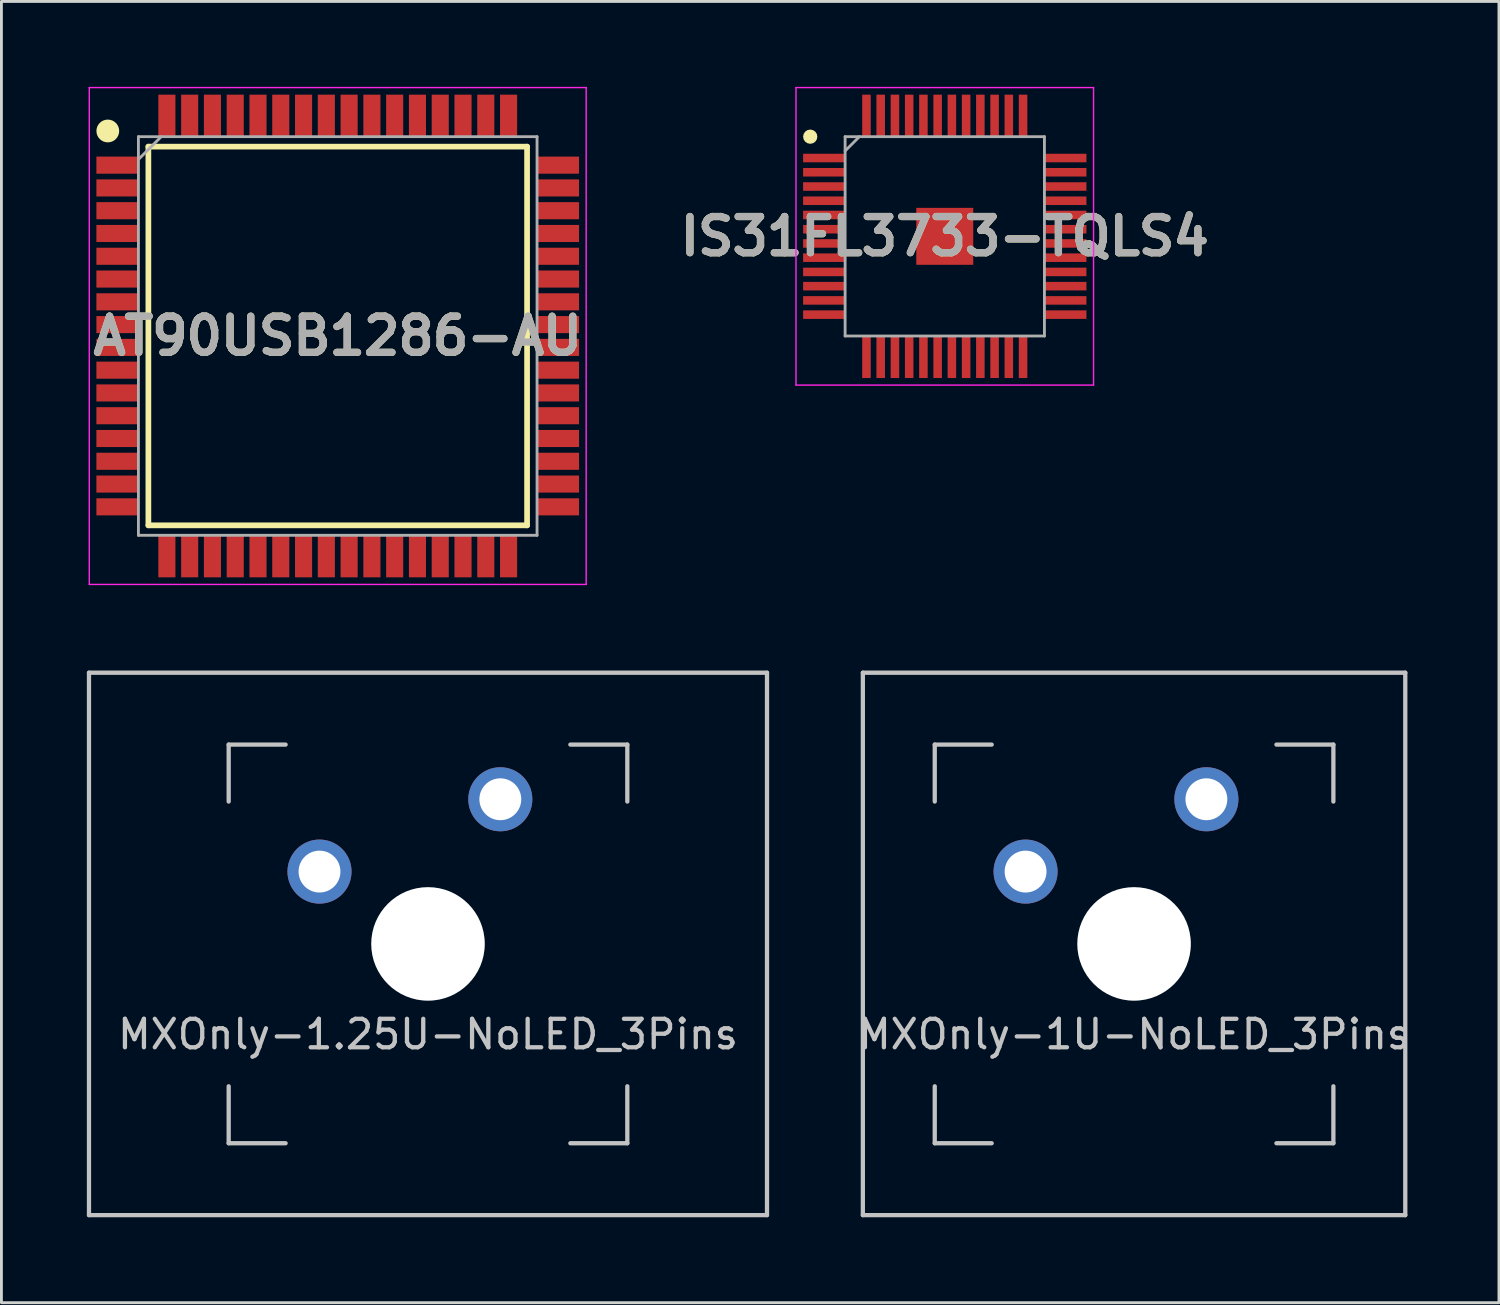
<source format=kicad_pcb>
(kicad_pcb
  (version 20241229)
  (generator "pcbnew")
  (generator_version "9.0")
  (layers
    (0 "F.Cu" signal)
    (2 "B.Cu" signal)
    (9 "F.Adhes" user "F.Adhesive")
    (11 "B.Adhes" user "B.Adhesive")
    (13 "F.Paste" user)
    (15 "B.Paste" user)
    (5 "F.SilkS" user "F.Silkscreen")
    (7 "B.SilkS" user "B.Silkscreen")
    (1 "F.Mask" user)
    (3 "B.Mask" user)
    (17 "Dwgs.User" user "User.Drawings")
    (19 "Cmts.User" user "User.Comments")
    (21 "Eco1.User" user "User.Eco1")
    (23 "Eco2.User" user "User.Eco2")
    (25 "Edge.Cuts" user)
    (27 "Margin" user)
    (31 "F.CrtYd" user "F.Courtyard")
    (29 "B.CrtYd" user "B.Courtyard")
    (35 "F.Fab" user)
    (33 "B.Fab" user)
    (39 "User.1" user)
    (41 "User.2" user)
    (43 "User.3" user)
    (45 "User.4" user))
  (footprint "MXOnly-1U-NoLED_3Pins"
    (layer "F.Cu")
    (at 36.778 30.1)
    (property "Reference" "MXOnly-1U-NoLED_3Pins" (at 0 3.175 0) (layer "Dwgs.User") (effects (font (size 1 1) (thickness 0.15))))
    (attr through_hole)
    (fp_line (start -9.525 -9.525) (end 9.525 -9.525) (stroke (width 0.15) (type solid)) (layer "Dwgs.User"))
    (fp_line (start -9.525 9.525) (end -9.525 -9.525) (stroke (width 0.15) (type solid)) (layer "Dwgs.User"))
    (fp_line (start -7 -7) (end -7 -5) (stroke (width 0.15) (type solid)) (layer "Dwgs.User"))
    (fp_line (start -7 5) (end -7 7) (stroke (width 0.15) (type solid)) (layer "Dwgs.User"))
    (fp_line (start -7 7) (end -5 7) (stroke (width 0.15) (type solid)) (layer "Dwgs.User"))
    (fp_line (start -5 -7) (end -7 -7) (stroke (width 0.15) (type solid)) (layer "Dwgs.User"))
    (fp_line (start 5 -7) (end 7 -7) (stroke (width 0.15) (type solid)) (layer "Dwgs.User"))
    (fp_line (start 5 7) (end 7 7) (stroke (width 0.15) (type solid)) (layer "Dwgs.User"))
    (fp_line (start 7 -7) (end 7 -5) (stroke (width 0.15) (type solid)) (layer "Dwgs.User"))
    (fp_line (start 7 7) (end 7 5) (stroke (width 0.15) (type solid)) (layer "Dwgs.User"))
    (fp_line (start 9.525 -9.525) (end 9.525 9.525) (stroke (width 0.15) (type solid)) (layer "Dwgs.User"))
    (fp_line (start 9.525 9.525) (end -9.525 9.525) (stroke (width 0.15) (type solid)) (layer "Dwgs.User"))
    (pad "" np_thru_hole circle (at 0 0) (size 3.988 3.988) (drill 3.988) (layers "*.Cu" "*.Mask"))
    (pad "1" thru_hole circle (at -3.81 -2.54) (size 2.25 2.25) (drill 1.47) (layers "*.Cu" "B.Mask"))
    (pad "2" thru_hole circle (at 2.54 -5.08) (size 2.25 2.25) (drill 1.47) (layers "*.Cu" "B.Mask")))
  (footprint "IS31FL3733-TQLS4"
    (layer "F.Cu")
    (at 30.13 5.25)
    (property "Reference" "IS31FL3733-TQLS4" (at 0 0 0) (layer "F.SilkS") (effects (font (size 1.27 1.27) (thickness 0.254))))
    (attr smd)
    (fp_circle (center -4.725 -3.5) (end -4.725 -3.375) (stroke (width 0.25) (type solid)) (fill no) (layer "F.SilkS"))
    (fp_line (start -5.225 -5.225) (end 5.225 -5.225) (stroke (width 0.05) (type solid)) (layer "F.CrtYd"))
    (fp_line (start -5.225 5.225) (end -5.225 -5.225) (stroke (width 0.05) (type solid)) (layer "F.CrtYd"))
    (fp_line (start 5.225 -5.225) (end 5.225 5.225) (stroke (width 0.05) (type solid)) (layer "F.CrtYd"))
    (fp_line (start 5.225 5.225) (end -5.225 5.225) (stroke (width 0.05) (type solid)) (layer "F.CrtYd"))
    (fp_line (start -3.5 -3.5) (end 3.5 -3.5) (stroke (width 0.1) (type solid)) (layer "F.Fab"))
    (fp_line (start -3.5 -3) (end -3 -3.5) (stroke (width 0.1) (type solid)) (layer "F.Fab"))
    (fp_line (start -3.5 3.5) (end -3.5 -3.5) (stroke (width 0.1) (type solid)) (layer "F.Fab"))
    (fp_line (start 3.5 -3.5) (end 3.5 3.5) (stroke (width 0.1) (type solid)) (layer "F.Fab"))
    (fp_line (start 3.5 3.5) (end -3.5 3.5) (stroke (width 0.1) (type solid)) (layer "F.Fab"))
    (fp_text user "${REFERENCE}" (at 0 0 0) (layer "F.Fab") (effects (font (size 1.27 1.27) (thickness 0.254))))
    (pad "1" smd rect (at -4.238 -2.75 90) (size 0.3 1.475) (layers "F.Cu" "F.Mask" "F.Paste"))
    (pad "2" smd rect (at -4.238 -2.25 90) (size 0.3 1.475) (layers "F.Cu" "F.Mask" "F.Paste"))
    (pad "3" smd rect (at -4.238 -1.75 90) (size 0.3 1.475) (layers "F.Cu" "F.Mask" "F.Paste"))
    (pad "4" smd rect (at -4.238 -1.25 90) (size 0.3 1.475) (layers "F.Cu" "F.Mask" "F.Paste"))
    (pad "5" smd rect (at -4.238 -0.75 90) (size 0.3 1.475) (layers "F.Cu" "F.Mask" "F.Paste"))
    (pad "6" smd rect (at -4.238 -0.25 90) (size 0.3 1.475) (layers "F.Cu" "F.Mask" "F.Paste"))
    (pad "7" smd rect (at -4.238 0.25 90) (size 0.3 1.475) (layers "F.Cu" "F.Mask" "F.Paste"))
    (pad "8" smd rect (at -4.238 0.75 90) (size 0.3 1.475) (layers "F.Cu" "F.Mask" "F.Paste"))
    (pad "9" smd rect (at -4.238 1.25 90) (size 0.3 1.475) (layers "F.Cu" "F.Mask" "F.Paste"))
    (pad "10" smd rect (at -4.238 1.75 90) (size 0.3 1.475) (layers "F.Cu" "F.Mask" "F.Paste"))
    (pad "11" smd rect (at -4.238 2.25 90) (size 0.3 1.475) (layers "F.Cu" "F.Mask" "F.Paste"))
    (pad "12" smd rect (at -4.238 2.75 90) (size 0.3 1.475) (layers "F.Cu" "F.Mask" "F.Paste"))
    (pad "13" smd rect (at -2.75 4.238) (size 0.3 1.475) (layers "F.Cu" "F.Mask" "F.Paste"))
    (pad "14" smd rect (at -2.25 4.238) (size 0.3 1.475) (layers "F.Cu" "F.Mask" "F.Paste"))
    (pad "15" smd rect (at -1.75 4.238) (size 0.3 1.475) (layers "F.Cu" "F.Mask" "F.Paste"))
    (pad "16" smd rect (at -1.25 4.238) (size 0.3 1.475) (layers "F.Cu" "F.Mask" "F.Paste"))
    (pad "17" smd rect (at -0.75 4.238) (size 0.3 1.475) (layers "F.Cu" "F.Mask" "F.Paste"))
    (pad "18" smd rect (at -0.25 4.238) (size 0.3 1.475) (layers "F.Cu" "F.Mask" "F.Paste"))
    (pad "19" smd rect (at 0.25 4.238) (size 0.3 1.475) (layers "F.Cu" "F.Mask" "F.Paste"))
    (pad "20" smd rect (at 0.75 4.238) (size 0.3 1.475) (layers "F.Cu" "F.Mask" "F.Paste"))
    (pad "21" smd rect (at 1.25 4.238) (size 0.3 1.475) (layers "F.Cu" "F.Mask" "F.Paste"))
    (pad "22" smd rect (at 1.75 4.238) (size 0.3 1.475) (layers "F.Cu" "F.Mask" "F.Paste"))
    (pad "23" smd rect (at 2.25 4.238) (size 0.3 1.475) (layers "F.Cu" "F.Mask" "F.Paste"))
    (pad "24" smd rect (at 2.75 4.238) (size 0.3 1.475) (layers "F.Cu" "F.Mask" "F.Paste"))
    (pad "25" smd rect (at 4.238 2.75 90) (size 0.3 1.475) (layers "F.Cu" "F.Mask" "F.Paste"))
    (pad "26" smd rect (at 4.238 2.25 90) (size 0.3 1.475) (layers "F.Cu" "F.Mask" "F.Paste"))
    (pad "27" smd rect (at 4.238 1.75 90) (size 0.3 1.475) (layers "F.Cu" "F.Mask" "F.Paste"))
    (pad "28" smd rect (at 4.238 1.25 90) (size 0.3 1.475) (layers "F.Cu" "F.Mask" "F.Paste"))
    (pad "29" smd rect (at 4.238 0.75 90) (size 0.3 1.475) (layers "F.Cu" "F.Mask" "F.Paste"))
    (pad "30" smd rect (at 4.238 0.25 90) (size 0.3 1.475) (layers "F.Cu" "F.Mask" "F.Paste"))
    (pad "31" smd rect (at 4.238 -0.25 90) (size 0.3 1.475) (layers "F.Cu" "F.Mask" "F.Paste"))
    (pad "32" smd rect (at 4.238 -0.75 90) (size 0.3 1.475) (layers "F.Cu" "F.Mask" "F.Paste"))
    (pad "33" smd rect (at 4.238 -1.25 90) (size 0.3 1.475) (layers "F.Cu" "F.Mask" "F.Paste"))
    (pad "34" smd rect (at 4.238 -1.75 90) (size 0.3 1.475) (layers "F.Cu" "F.Mask" "F.Paste"))
    (pad "35" smd rect (at 4.238 -2.25 90) (size 0.3 1.475) (layers "F.Cu" "F.Mask" "F.Paste"))
    (pad "36" smd rect (at 4.238 -2.75 90) (size 0.3 1.475) (layers "F.Cu" "F.Mask" "F.Paste"))
    (pad "37" smd rect (at 2.75 -4.238) (size 0.3 1.475) (layers "F.Cu" "F.Mask" "F.Paste"))
    (pad "38" smd rect (at 2.25 -4.238) (size 0.3 1.475) (layers "F.Cu" "F.Mask" "F.Paste"))
    (pad "39" smd rect (at 1.75 -4.238) (size 0.3 1.475) (layers "F.Cu" "F.Mask" "F.Paste"))
    (pad "40" smd rect (at 1.25 -4.238) (size 0.3 1.475) (layers "F.Cu" "F.Mask" "F.Paste"))
    (pad "41" smd rect (at 0.75 -4.238) (size 0.3 1.475) (layers "F.Cu" "F.Mask" "F.Paste"))
    (pad "42" smd rect (at 0.25 -4.238) (size 0.3 1.475) (layers "F.Cu" "F.Mask" "F.Paste"))
    (pad "43" smd rect (at -0.25 -4.238) (size 0.3 1.475) (layers "F.Cu" "F.Mask" "F.Paste"))
    (pad "44" smd rect (at -0.75 -4.238) (size 0.3 1.475) (layers "F.Cu" "F.Mask" "F.Paste"))
    (pad "45" smd rect (at -1.25 -4.238) (size 0.3 1.475) (layers "F.Cu" "F.Mask" "F.Paste"))
    (pad "46" smd rect (at -1.75 -4.238) (size 0.3 1.475) (layers "F.Cu" "F.Mask" "F.Paste"))
    (pad "47" smd rect (at -2.25 -4.238) (size 0.3 1.475) (layers "F.Cu" "F.Mask" "F.Paste"))
    (pad "48" smd rect (at -2.75 -4.238) (size 0.3 1.475) (layers "F.Cu" "F.Mask" "F.Paste"))
    (pad "49" smd rect (at 0 0) (size 2 2) (layers "F.Cu" "F.Mask" "F.Paste")))
  (footprint "MXOnly-1.25U-NoLED_3Pins"
    (layer "F.Cu")
    (at 11.981 30.1)
    (property "Reference" "MXOnly-1.25U-NoLED_3Pins" (at 0 3.175 0) (layer "Dwgs.User") (effects (font (size 1 1) (thickness 0.15))))
    (attr through_hole)
    (fp_line (start -11.906 -9.525) (end 11.906 -9.525) (stroke (width 0.15) (type solid)) (layer "Dwgs.User"))
    (fp_line (start -11.906 9.525) (end -11.906 -9.525) (stroke (width 0.15) (type solid)) (layer "Dwgs.User"))
    (fp_line (start -11.906 9.525) (end 11.906 9.525) (stroke (width 0.15) (type solid)) (layer "Dwgs.User"))
    (fp_line (start -7 -7) (end -7 -5) (stroke (width 0.15) (type solid)) (layer "Dwgs.User"))
    (fp_line (start -7 5) (end -7 7) (stroke (width 0.15) (type solid)) (layer "Dwgs.User"))
    (fp_line (start -7 7) (end -5 7) (stroke (width 0.15) (type solid)) (layer "Dwgs.User"))
    (fp_line (start -5 -7) (end -7 -7) (stroke (width 0.15) (type solid)) (layer "Dwgs.User"))
    (fp_line (start 5 -7) (end 7 -7) (stroke (width 0.15) (type solid)) (layer "Dwgs.User"))
    (fp_line (start 5 7) (end 7 7) (stroke (width 0.15) (type solid)) (layer "Dwgs.User"))
    (fp_line (start 7 -7) (end 7 -5) (stroke (width 0.15) (type solid)) (layer "Dwgs.User"))
    (fp_line (start 7 7) (end 7 5) (stroke (width 0.15) (type solid)) (layer "Dwgs.User"))
    (fp_line (start 11.906 -9.525) (end 11.906 9.525) (stroke (width 0.15) (type solid)) (layer "Dwgs.User"))
    (pad "" np_thru_hole circle (at 0 0) (size 3.988 3.988) (drill 3.988) (layers "*.Cu" "*.Mask"))
    (pad "1" thru_hole circle (at -3.81 -2.54) (size 2.25 2.25) (drill 1.47) (layers "*.Cu" "B.Mask"))
    (pad "2" thru_hole circle (at 2.54 -5.08) (size 2.25 2.25) (drill 1.47) (layers "*.Cu" "B.Mask")))
  (footprint "AT90USB1286-AU"
    (layer "F.Cu")
    (at 8.811 8.75)
    (property "Reference" "AT90USB1286-AU" (at 0 0 0) (layer "F.SilkS") (effects (font (size 1.27 1.27) (thickness 0.254))))
    (attr smd)
    (fp_line (start -6.65 -6.65) (end 6.65 -6.65) (stroke (width 0.2) (type solid)) (layer "F.SilkS"))
    (fp_line (start -6.65 6.65) (end -6.65 -6.65) (stroke (width 0.2) (type solid)) (layer "F.SilkS"))
    (fp_line (start 6.65 -6.65) (end 6.65 6.65) (stroke (width 0.2) (type solid)) (layer "F.SilkS"))
    (fp_line (start 6.65 6.65) (end -6.65 6.65) (stroke (width 0.2) (type solid)) (layer "F.SilkS"))
    (fp_circle (center -8.075 -7.2) (end -8.075 -7) (stroke (width 0.4) (type solid)) (fill no) (layer "F.SilkS"))
    (fp_line (start -8.725 -8.725) (end 8.725 -8.725) (stroke (width 0.05) (type solid)) (layer "F.CrtYd"))
    (fp_line (start -8.725 8.725) (end -8.725 -8.725) (stroke (width 0.05) (type solid)) (layer "F.CrtYd"))
    (fp_line (start 8.725 -8.725) (end 8.725 8.725) (stroke (width 0.05) (type solid)) (layer "F.CrtYd"))
    (fp_line (start 8.725 8.725) (end -8.725 8.725) (stroke (width 0.05) (type solid)) (layer "F.CrtYd"))
    (fp_line (start -7 -7) (end 7 -7) (stroke (width 0.1) (type solid)) (layer "F.Fab"))
    (fp_line (start -7 -6.2) (end -6.2 -7) (stroke (width 0.1) (type solid)) (layer "F.Fab"))
    (fp_line (start -7 7) (end -7 -7) (stroke (width 0.1) (type solid)) (layer "F.Fab"))
    (fp_line (start 7 -7) (end 7 7) (stroke (width 0.1) (type solid)) (layer "F.Fab"))
    (fp_line (start 7 7) (end -7 7) (stroke (width 0.1) (type solid)) (layer "F.Fab"))
    (fp_text user "${REFERENCE}" (at 0 0 0) (layer "F.Fab") (effects (font (size 1.27 1.27) (thickness 0.254))))
    (pad "1" smd rect (at -7.738 -6 90) (size 0.6 1.475) (layers "F.Cu" "F.Mask" "F.Paste"))
    (pad "2" smd rect (at -7.738 -5.2 90) (size 0.6 1.475) (layers "F.Cu" "F.Mask" "F.Paste"))
    (pad "3" smd rect (at -7.738 -4.4 90) (size 0.6 1.475) (layers "F.Cu" "F.Mask" "F.Paste"))
    (pad "4" smd rect (at -7.738 -3.6 90) (size 0.6 1.475) (layers "F.Cu" "F.Mask" "F.Paste"))
    (pad "5" smd rect (at -7.738 -2.8 90) (size 0.6 1.475) (layers "F.Cu" "F.Mask" "F.Paste"))
    (pad "6" smd rect (at -7.738 -2 90) (size 0.6 1.475) (layers "F.Cu" "F.Mask" "F.Paste"))
    (pad "7" smd rect (at -7.738 -1.2 90) (size 0.6 1.475) (layers "F.Cu" "F.Mask" "F.Paste"))
    (pad "8" smd rect (at -7.738 -0.4 90) (size 0.6 1.475) (layers "F.Cu" "F.Mask" "F.Paste"))
    (pad "9" smd rect (at -7.738 0.4 90) (size 0.6 1.475) (layers "F.Cu" "F.Mask" "F.Paste"))
    (pad "10" smd rect (at -7.738 1.2 90) (size 0.6 1.475) (layers "F.Cu" "F.Mask" "F.Paste"))
    (pad "11" smd rect (at -7.738 2 90) (size 0.6 1.475) (layers "F.Cu" "F.Mask" "F.Paste"))
    (pad "12" smd rect (at -7.738 2.8 90) (size 0.6 1.475) (layers "F.Cu" "F.Mask" "F.Paste"))
    (pad "13" smd rect (at -7.738 3.6 90) (size 0.6 1.475) (layers "F.Cu" "F.Mask" "F.Paste"))
    (pad "14" smd rect (at -7.738 4.4 90) (size 0.6 1.475) (layers "F.Cu" "F.Mask" "F.Paste"))
    (pad "15" smd rect (at -7.738 5.2 90) (size 0.6 1.475) (layers "F.Cu" "F.Mask" "F.Paste"))
    (pad "16" smd rect (at -7.738 6 90) (size 0.6 1.475) (layers "F.Cu" "F.Mask" "F.Paste"))
    (pad "17" smd rect (at -6 7.738) (size 0.6 1.475) (layers "F.Cu" "F.Mask" "F.Paste"))
    (pad "18" smd rect (at -5.2 7.738) (size 0.6 1.475) (layers "F.Cu" "F.Mask" "F.Paste"))
    (pad "19" smd rect (at -4.4 7.738) (size 0.6 1.475) (layers "F.Cu" "F.Mask" "F.Paste"))
    (pad "20" smd rect (at -3.6 7.738) (size 0.6 1.475) (layers "F.Cu" "F.Mask" "F.Paste"))
    (pad "21" smd rect (at -2.8 7.738) (size 0.6 1.475) (layers "F.Cu" "F.Mask" "F.Paste"))
    (pad "22" smd rect (at -2 7.738) (size 0.6 1.475) (layers "F.Cu" "F.Mask" "F.Paste"))
    (pad "23" smd rect (at -1.2 7.738) (size 0.6 1.475) (layers "F.Cu" "F.Mask" "F.Paste"))
    (pad "24" smd rect (at -0.4 7.738) (size 0.6 1.475) (layers "F.Cu" "F.Mask" "F.Paste"))
    (pad "25" smd rect (at 0.4 7.738) (size 0.6 1.475) (layers "F.Cu" "F.Mask" "F.Paste"))
    (pad "26" smd rect (at 1.2 7.738) (size 0.6 1.475) (layers "F.Cu" "F.Mask" "F.Paste"))
    (pad "27" smd rect (at 2 7.738) (size 0.6 1.475) (layers "F.Cu" "F.Mask" "F.Paste"))
    (pad "28" smd rect (at 2.8 7.738) (size 0.6 1.475) (layers "F.Cu" "F.Mask" "F.Paste"))
    (pad "29" smd rect (at 3.6 7.738) (size 0.6 1.475) (layers "F.Cu" "F.Mask" "F.Paste"))
    (pad "30" smd rect (at 4.4 7.738) (size 0.6 1.475) (layers "F.Cu" "F.Mask" "F.Paste"))
    (pad "31" smd rect (at 5.2 7.738) (size 0.6 1.475) (layers "F.Cu" "F.Mask" "F.Paste"))
    (pad "32" smd rect (at 6 7.738) (size 0.6 1.475) (layers "F.Cu" "F.Mask" "F.Paste"))
    (pad "33" smd rect (at 7.738 6 90) (size 0.6 1.475) (layers "F.Cu" "F.Mask" "F.Paste"))
    (pad "34" smd rect (at 7.738 5.2 90) (size 0.6 1.475) (layers "F.Cu" "F.Mask" "F.Paste"))
    (pad "35" smd rect (at 7.738 4.4 90) (size 0.6 1.475) (layers "F.Cu" "F.Mask" "F.Paste"))
    (pad "36" smd rect (at 7.738 3.6 90) (size 0.6 1.475) (layers "F.Cu" "F.Mask" "F.Paste"))
    (pad "37" smd rect (at 7.738 2.8 90) (size 0.6 1.475) (layers "F.Cu" "F.Mask" "F.Paste"))
    (pad "38" smd rect (at 7.738 2 90) (size 0.6 1.475) (layers "F.Cu" "F.Mask" "F.Paste"))
    (pad "39" smd rect (at 7.738 1.2 90) (size 0.6 1.475) (layers "F.Cu" "F.Mask" "F.Paste"))
    (pad "40" smd rect (at 7.738 0.4 90) (size 0.6 1.475) (layers "F.Cu" "F.Mask" "F.Paste"))
    (pad "41" smd rect (at 7.738 -0.4 90) (size 0.6 1.475) (layers "F.Cu" "F.Mask" "F.Paste"))
    (pad "42" smd rect (at 7.738 -1.2 90) (size 0.6 1.475) (layers "F.Cu" "F.Mask" "F.Paste"))
    (pad "43" smd rect (at 7.738 -2 90) (size 0.6 1.475) (layers "F.Cu" "F.Mask" "F.Paste"))
    (pad "44" smd rect (at 7.738 -2.8 90) (size 0.6 1.475) (layers "F.Cu" "F.Mask" "F.Paste"))
    (pad "45" smd rect (at 7.738 -3.6 90) (size 0.6 1.475) (layers "F.Cu" "F.Mask" "F.Paste"))
    (pad "46" smd rect (at 7.738 -4.4 90) (size 0.6 1.475) (layers "F.Cu" "F.Mask" "F.Paste"))
    (pad "47" smd rect (at 7.738 -5.2 90) (size 0.6 1.475) (layers "F.Cu" "F.Mask" "F.Paste"))
    (pad "48" smd rect (at 7.738 -6 90) (size 0.6 1.475) (layers "F.Cu" "F.Mask" "F.Paste"))
    (pad "49" smd rect (at 6 -7.738) (size 0.6 1.475) (layers "F.Cu" "F.Mask" "F.Paste"))
    (pad "50" smd rect (at 5.2 -7.738) (size 0.6 1.475) (layers "F.Cu" "F.Mask" "F.Paste"))
    (pad "51" smd rect (at 4.4 -7.738) (size 0.6 1.475) (layers "F.Cu" "F.Mask" "F.Paste"))
    (pad "52" smd rect (at 3.6 -7.738) (size 0.6 1.475) (layers "F.Cu" "F.Mask" "F.Paste"))
    (pad "53" smd rect (at 2.8 -7.738) (size 0.6 1.475) (layers "F.Cu" "F.Mask" "F.Paste"))
    (pad "54" smd rect (at 2 -7.738) (size 0.6 1.475) (layers "F.Cu" "F.Mask" "F.Paste"))
    (pad "55" smd rect (at 1.2 -7.738) (size 0.6 1.475) (layers "F.Cu" "F.Mask" "F.Paste"))
    (pad "56" smd rect (at 0.4 -7.738) (size 0.6 1.475) (layers "F.Cu" "F.Mask" "F.Paste"))
    (pad "57" smd rect (at -0.4 -7.738) (size 0.6 1.475) (layers "F.Cu" "F.Mask" "F.Paste"))
    (pad "58" smd rect (at -1.2 -7.738) (size 0.6 1.475) (layers "F.Cu" "F.Mask" "F.Paste"))
    (pad "59" smd rect (at -2 -7.738) (size 0.6 1.475) (layers "F.Cu" "F.Mask" "F.Paste"))
    (pad "60" smd rect (at -2.8 -7.738) (size 0.6 1.475) (layers "F.Cu" "F.Mask" "F.Paste"))
    (pad "61" smd rect (at -3.6 -7.738) (size 0.6 1.475) (layers "F.Cu" "F.Mask" "F.Paste"))
    (pad "62" smd rect (at -4.4 -7.738) (size 0.6 1.475) (layers "F.Cu" "F.Mask" "F.Paste"))
    (pad "63" smd rect (at -5.2 -7.738) (size 0.6 1.475) (layers "F.Cu" "F.Mask" "F.Paste"))
    (pad "64" smd rect (at -6 -7.738) (size 0.6 1.475) (layers "F.Cu" "F.Mask" "F.Paste")))
  (gr_rect
    (start -3 -3)
    (end 49.593 42.7)
    (stroke (width 0.1) (type default))
    (fill no)
    (layer "Edge.Cuts")))
</source>
